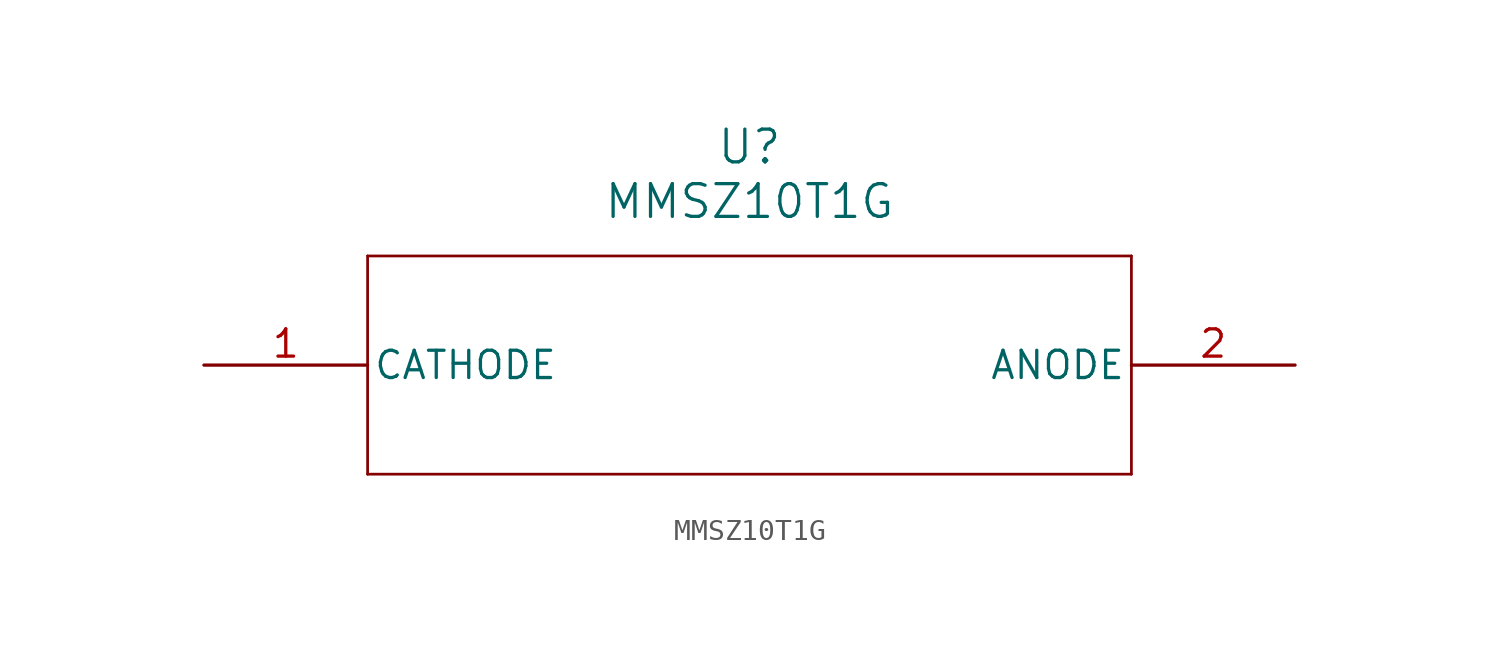
<source format=kicad_sym>
(kicad_symbol_lib
  (version 20211014)
  (generator kicad_symbol_editor)
  (symbol "MMSZ10T1G"
    (pin_names
      (offset 0.254))
    (property "Reference" "U"
      (at 25.4 10.16 0)
      (effects (font (size 1.524 1.524))))
    (property "Value" "MMSZ10T1G"
      (at 25.4 7.62 0)
      (effects (font (size 1.524 1.524))))
    (symbol "MMSZ10T1G_0_1"
      (polyline (pts (xy 7.62 5.08) (xy 7.62 -5.08)) (stroke (width 0.127) (type default) (color 0 0 0 0)) (fill (type none)))
      (polyline (pts (xy 7.62 -5.08) (xy 43.18 -5.08)) (stroke (width 0.127) (type default) (color 0 0 0 0)) (fill (type none)))
      (polyline (pts (xy 43.18 -5.08) (xy 43.18 5.08)) (stroke (width 0.127) (type default) (color 0 0 0 0)) (fill (type none)))
      (polyline (pts (xy 43.18 5.08) (xy 7.62 5.08)) (stroke (width 0.127) (type default) (color 0 0 0 0)) (fill (type none)))
      (pin unspecified line (at 0 0 0) (length 7.62) (name "CATHODE" (effects (font (size 1.27 1.27)))) (number "1" (effects (font (size 1.27 1.27)))))
      (pin unspecified line (at 50.8 0 180) (length 7.62) (name "ANODE" (effects (font (size 1.27 1.27)))) (number "2" (effects (font (size 1.27 1.27))))))))
</source>
